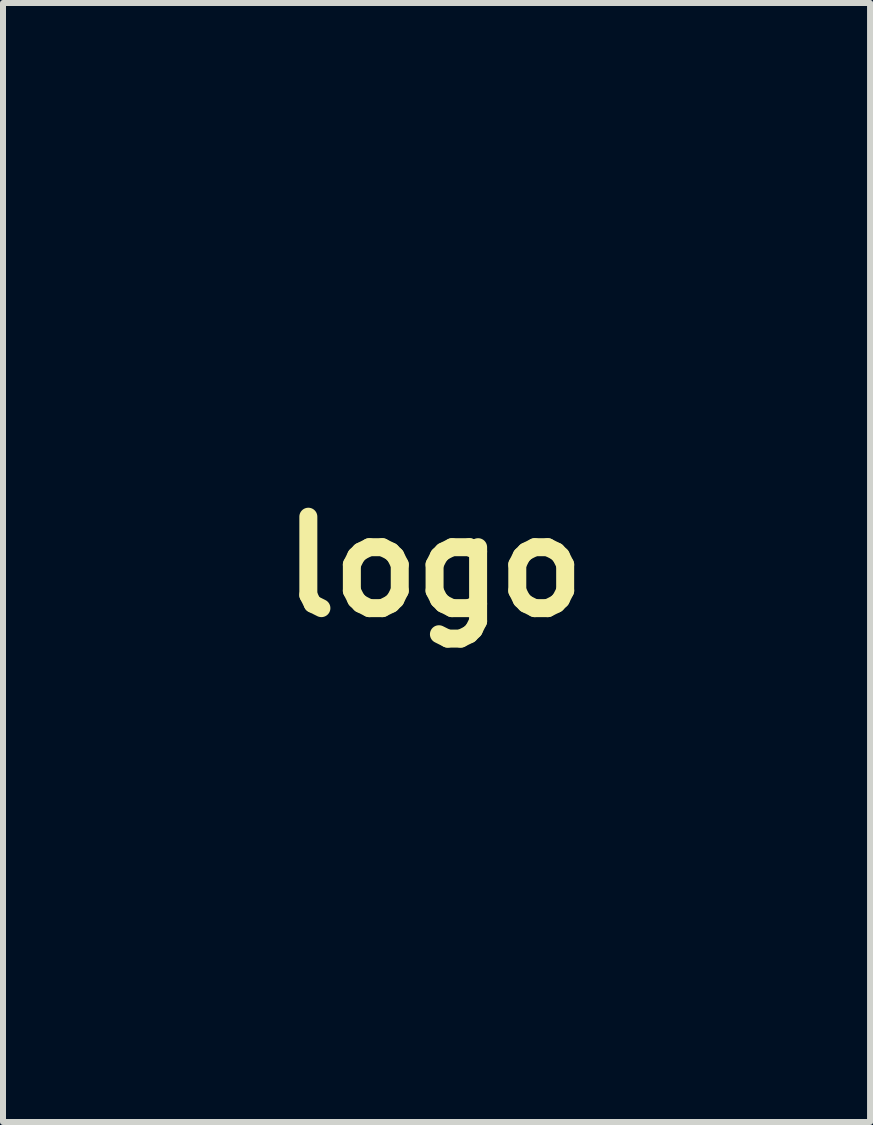
<source format=kicad_pcb>
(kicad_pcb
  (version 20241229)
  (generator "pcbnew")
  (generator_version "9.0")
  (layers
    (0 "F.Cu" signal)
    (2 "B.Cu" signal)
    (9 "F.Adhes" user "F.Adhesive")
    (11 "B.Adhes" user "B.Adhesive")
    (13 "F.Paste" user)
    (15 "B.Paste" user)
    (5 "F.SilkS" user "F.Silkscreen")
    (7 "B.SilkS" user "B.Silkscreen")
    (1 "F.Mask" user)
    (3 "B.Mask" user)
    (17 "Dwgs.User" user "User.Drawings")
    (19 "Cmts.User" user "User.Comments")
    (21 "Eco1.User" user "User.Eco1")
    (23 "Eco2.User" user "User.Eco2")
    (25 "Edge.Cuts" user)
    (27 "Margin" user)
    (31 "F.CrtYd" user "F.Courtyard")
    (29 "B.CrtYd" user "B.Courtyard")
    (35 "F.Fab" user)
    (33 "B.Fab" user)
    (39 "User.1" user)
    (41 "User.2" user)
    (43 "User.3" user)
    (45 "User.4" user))
  (footprint "logo"
    (layer "F.Cu")
    (at 4.195 6.399)
    (property "Reference" "logo" (at 0 0 0) (layer "F.SilkS") (effects (font (size 1.524 1.524) (thickness 0.3))))
    (attr board_only exclude_from_pos_files exclude_from_bom)
    (fp_poly (pts (xy 1.164 -4.723) (xy 2.227 -3.048) (xy 1.215 -3.048) (xy 0.637 -3.026) (xy 0.27 -2.969) (xy 0.203 -2.924) (xy 0.315 -2.714) (xy 0.613 -2.264) (xy 1.038 -1.662) (xy 1.168 -1.483) (xy 2.134 -0.166) (xy 2.235 -1.54) (xy 2.337 -2.914) (xy 3.298 -1.465) (xy 4.26 -0.016) (xy 2.227 3.091) (xy 1.571 4.084) (xy 0.984 4.951) (xy 0.504 5.64) (xy 0.17 6.093) (xy 0.022 6.256) (xy -0.138 6.113) (xy -0.478 5.68) (xy -0.961 5.009) (xy -1.548 4.152) (xy -2.172 3.208) (xy -4.168 0.143) (xy -2.235 0.143) (xy -2.235 3.048) (xy -1.219 3.048) (xy -0.639 3.028) (xy -0.272 2.977) (xy -0.203 2.937) (xy -0.318 2.735) (xy -0.622 2.295) (xy -1.059 1.698) (xy -1.219 1.485) (xy -2.235 0.143) (xy -4.168 0.143) (xy -4.195 0.102) (xy -3.199 0.04) (xy -2.204 -0.022) (xy -2.208 -0.124) (xy -2.032 -0.124) (xy -1.849 -0.053) (xy -1.382 -0.008) (xy -1.016 0) (xy 0 0) (xy 0 -1.422) (xy -0.008 -2.124) (xy -0.03 -2.632) (xy -0.06 -2.844) (xy -0.062 -2.845) (xy -0.209 -2.693) (xy -0.517 -2.302) (xy -0.915 -1.768) (xy -1.335 -1.187) (xy -1.706 -0.654) (xy -1.96 -0.266) (xy -2.032 -0.124) (xy -2.208 -0.124) (xy -2.27 -1.536) (xy -2.337 -3.049) (xy -1.177 -3.048) (xy -0.016 -3.048) (xy 0.043 -4.723) (xy 0.102 -6.399)) (stroke (width 0) (type solid)) (fill yes) (layer "F.Mask")))
  (gr_rect
    (start -3 -3)
    (end 11.455 15.655)
    (stroke (width 0.1) (type default))
    (fill no)
    (layer "Edge.Cuts")))
</source>
